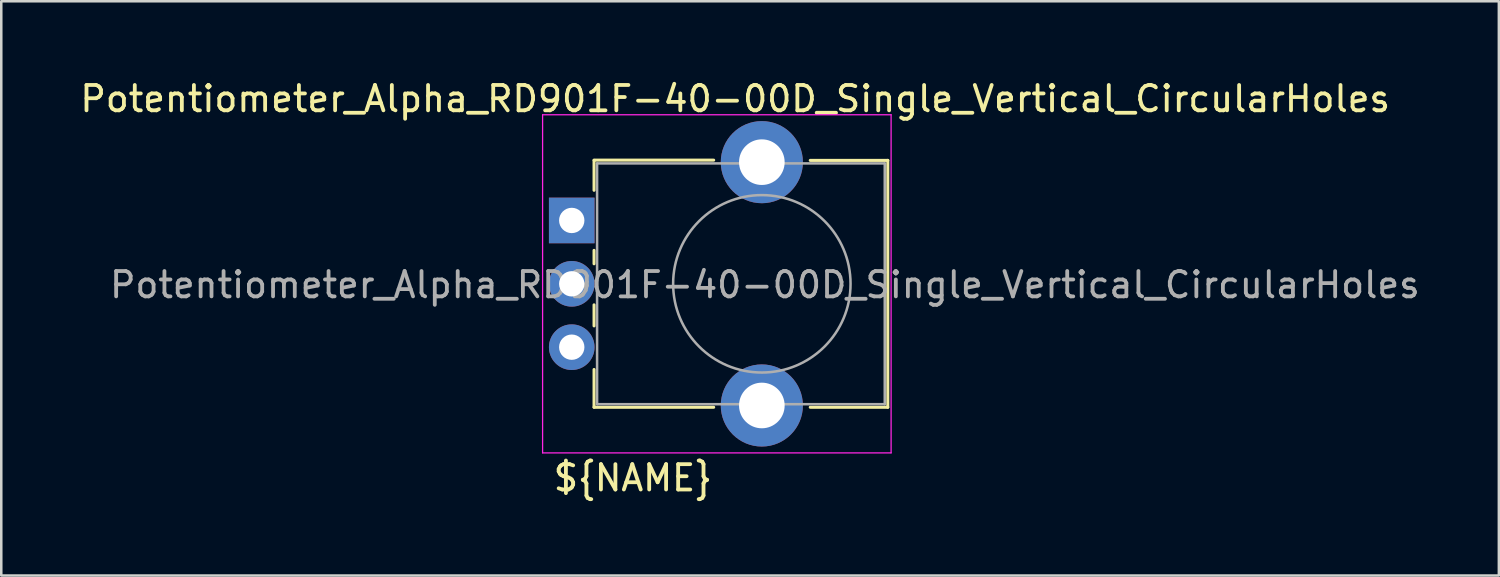
<source format=kicad_pcb>
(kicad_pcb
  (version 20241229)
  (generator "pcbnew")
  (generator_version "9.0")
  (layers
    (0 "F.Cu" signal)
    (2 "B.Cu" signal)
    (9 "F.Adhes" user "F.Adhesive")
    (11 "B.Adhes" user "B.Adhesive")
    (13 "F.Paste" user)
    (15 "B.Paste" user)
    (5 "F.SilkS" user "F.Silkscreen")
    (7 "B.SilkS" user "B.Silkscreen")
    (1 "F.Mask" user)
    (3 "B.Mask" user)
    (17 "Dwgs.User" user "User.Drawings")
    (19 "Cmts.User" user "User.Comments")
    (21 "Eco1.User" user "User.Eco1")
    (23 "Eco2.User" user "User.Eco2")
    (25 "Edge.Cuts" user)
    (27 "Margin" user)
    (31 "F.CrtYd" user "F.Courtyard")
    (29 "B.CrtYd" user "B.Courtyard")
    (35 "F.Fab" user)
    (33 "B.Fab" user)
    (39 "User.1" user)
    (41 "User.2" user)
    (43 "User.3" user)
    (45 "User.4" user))
  (footprint "Potentiometer_Alpha_RD901F-40-00D_Single_Vertical_CircularHoles"
    (layer "F.Cu")
    (at 19.508 5.648)
    (property "Reference" "Potentiometer_Alpha_RD901F-40-00D_Single_Vertical_CircularHoles" (at 6.45 -4.8 180) (layer "F.SilkS") (effects (font (size 1 1) (thickness 0.15))))
    (attr through_hole)
    (fp_line (start 0.88 -2.38) (end 5.6 -2.38) (stroke (width 0.12) (type solid)) (layer "F.SilkS"))
    (fp_line (start 0.88 -1.19) (end 0.88 -2.37) (stroke (width 0.12) (type solid)) (layer "F.SilkS"))
    (fp_line (start 0.88 1.71) (end 0.88 1.18) (stroke (width 0.12) (type solid)) (layer "F.SilkS"))
    (fp_line (start 0.88 4.16) (end 0.88 3.33) (stroke (width 0.12) (type solid)) (layer "F.SilkS"))
    (fp_line (start 0.88 7.37) (end 0.88 5.88) (stroke (width 0.12) (type solid)) (layer "F.SilkS"))
    (fp_line (start 0.88 7.37) (end 5.6 7.37) (stroke (width 0.12) (type solid)) (layer "F.SilkS"))
    (fp_line (start 9.41 -2.37) (end 12.47 -2.37) (stroke (width 0.12) (type solid)) (layer "F.SilkS"))
    (fp_line (start 9.41 7.37) (end 12.47 7.37) (stroke (width 0.12) (type solid)) (layer "F.SilkS"))
    (fp_line (start 12.47 7.37) (end 12.47 -2.37) (stroke (width 0.12) (type solid)) (layer "F.SilkS"))
    (fp_line (start -1.15 -4.17) (end -1.15 9.17) (stroke (width 0.05) (type solid)) (layer "F.CrtYd"))
    (fp_line (start -1.15 9.17) (end 12.6 9.17) (stroke (width 0.05) (type solid)) (layer "F.CrtYd"))
    (fp_line (start 12.6 -4.17) (end -1.15 -4.17) (stroke (width 0.05) (type solid)) (layer "F.CrtYd"))
    (fp_line (start 12.6 9.17) (end 12.6 -4.17) (stroke (width 0.05) (type solid)) (layer "F.CrtYd"))
    (fp_line (start 1 -2.25) (end 12.35 -2.25) (stroke (width 0.1) (type solid)) (layer "F.Fab"))
    (fp_line (start 1 7.25) (end 1 -2.25) (stroke (width 0.1) (type solid)) (layer "F.Fab"))
    (fp_line (start 1 7.25) (end 12.35 7.25) (stroke (width 0.1) (type solid)) (layer "F.Fab"))
    (fp_line (start 12.35 7.25) (end 12.35 -2.25) (stroke (width 0.1) (type solid)) (layer "F.Fab"))
    (fp_circle (center 7.5 2.5) (end 7.5 -1) (stroke (width 0.1) (type solid)) (fill no) (layer "F.Fab"))
    (fp_text user "${NAME}" (at 2.413 10.16 0) (layer "F.SilkS") (effects (font (size 1 1) (thickness 0.15))))
    (fp_text user "${REFERENCE}" (at 7.62 2.54 0) (layer "F.Fab") (effects (font (size 1 1) (thickness 0.15))))
    (pad "" thru_hole circle (at 7.5 -2.3 90) (size 3.24 3.24) (drill 1.8) (layers "*.Cu" "*.Mask"))
    (pad "" thru_hole circle (at 7.5 7.3 90) (size 3.24 3.24) (drill 1.8) (layers "*.Cu" "*.Mask"))
    (pad "1" thru_hole rect (at 0 0 90) (size 1.8 1.8) (drill 1) (layers "*.Cu" "*.Mask"))
    (pad "2" thru_hole circle (at 0 2.5 90) (size 1.8 1.8) (drill 1) (layers "*.Cu" "*.Mask"))
    (pad "3" thru_hole circle (at 0 5 90) (size 1.8 1.8) (drill 1) (layers "*.Cu" "*.Mask")))
  (gr_rect
    (start -3 -3)
    (end 56.087 19.657)
    (stroke (width 0.1) (type default))
    (fill no)
    (layer "Edge.Cuts")))
</source>
